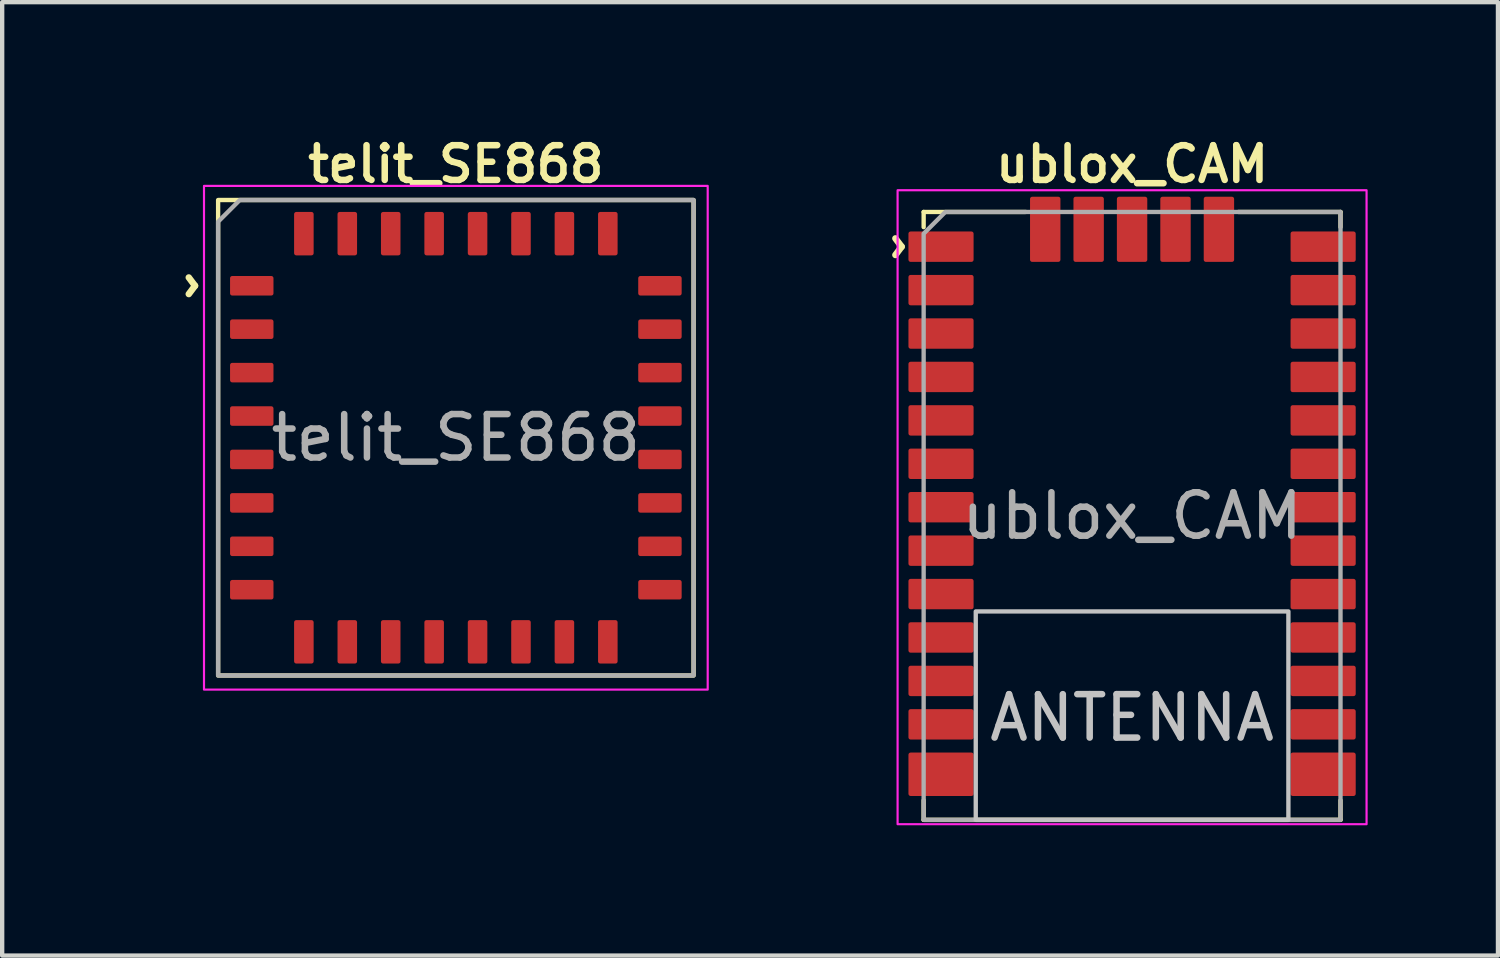
<source format=kicad_pcb>
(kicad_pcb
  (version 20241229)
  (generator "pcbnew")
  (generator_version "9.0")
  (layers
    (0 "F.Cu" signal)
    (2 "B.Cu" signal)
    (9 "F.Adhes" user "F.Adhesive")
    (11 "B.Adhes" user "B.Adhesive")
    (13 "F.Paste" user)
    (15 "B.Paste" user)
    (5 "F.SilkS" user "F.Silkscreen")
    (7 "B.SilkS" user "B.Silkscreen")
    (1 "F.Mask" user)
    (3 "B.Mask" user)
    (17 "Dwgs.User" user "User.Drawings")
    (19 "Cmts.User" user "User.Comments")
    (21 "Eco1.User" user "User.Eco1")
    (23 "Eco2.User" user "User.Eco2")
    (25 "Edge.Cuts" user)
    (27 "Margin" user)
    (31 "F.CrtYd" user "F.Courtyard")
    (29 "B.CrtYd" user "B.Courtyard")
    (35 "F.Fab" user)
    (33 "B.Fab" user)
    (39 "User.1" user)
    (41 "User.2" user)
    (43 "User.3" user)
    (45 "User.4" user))
  (footprint "telit_SE868"
    (layer "F.Cu")
    (at 7.448 7.031)
    (property "Reference" "telit_SE868" (at 0 -6.3 0) (layer "F.SilkS") (effects (font (size 0.8 0.8) (thickness 0.15))))
    (attr smd)
    (fp_rect (start -5.475 -5.475) (end 5.475 5.475) (stroke (width 0.1) (type default)) (fill no) (layer "F.SilkS"))
    (fp_rect (start -5.8 -5.8) (end 5.8 5.8) (stroke (width 0.05) (type default)) (fill no) (layer "F.CrtYd"))
    (fp_poly (pts (xy 5.475 -5.475) (xy 5.475 5.475) (xy -5.475 5.475) (xy -5.475 -4.975) (xy -4.975 -5.475)) (stroke (width 0.1) (type solid)) (fill no) (layer "F.Fab"))
    (fp_text user "^" (at -6.6 -3.5 270) (unlocked yes) (layer "F.SilkS") (effects (font (size 1 1) (thickness 0.15))))
    (fp_text user "${REFERENCE}" (at 0 0 0) (layer "F.Fab") (effects (font (size 1 1) (thickness 0.15))))
    (pad "1" smd roundrect (at -4.7 -3.5 90) (size 0.45 1) (layers "F.Cu" "F.Mask" "F.Paste") (roundrect_rratio 0.111))
    (pad "2" smd roundrect (at -4.7 -2.5 90) (size 0.45 1) (layers "F.Cu" "F.Mask" "F.Paste") (roundrect_rratio 0.111))
    (pad "3" smd roundrect (at -4.7 -1.5 90) (size 0.45 1) (layers "F.Cu" "F.Mask" "F.Paste") (roundrect_rratio 0.111))
    (pad "4" smd roundrect (at -4.7 -0.5 90) (size 0.45 1) (layers "F.Cu" "F.Mask" "F.Paste") (roundrect_rratio 0.111))
    (pad "5" smd roundrect (at -4.7 0.5 90) (size 0.45 1) (layers "F.Cu" "F.Mask" "F.Paste") (roundrect_rratio 0.111))
    (pad "6" smd roundrect (at -4.7 1.5 90) (size 0.45 1) (layers "F.Cu" "F.Mask" "F.Paste") (roundrect_rratio 0.111))
    (pad "7" smd roundrect (at -4.7 2.5 90) (size 0.45 1) (layers "F.Cu" "F.Mask" "F.Paste") (roundrect_rratio 0.111))
    (pad "8" smd roundrect (at -4.7 3.5 90) (size 0.45 1) (layers "F.Cu" "F.Mask" "F.Paste") (roundrect_rratio 0.111))
    (pad "9" smd roundrect (at -3.5 4.7) (size 0.45 1) (layers "F.Cu" "F.Mask" "F.Paste") (roundrect_rratio 0.111))
    (pad "10" smd roundrect (at -2.5 4.7) (size 0.45 1) (layers "F.Cu" "F.Mask" "F.Paste") (roundrect_rratio 0.111))
    (pad "11" smd roundrect (at -1.5 4.7) (size 0.45 1) (layers "F.Cu" "F.Mask" "F.Paste") (roundrect_rratio 0.111))
    (pad "12" smd roundrect (at -0.5 4.7) (size 0.45 1) (layers "F.Cu" "F.Mask" "F.Paste") (roundrect_rratio 0.111))
    (pad "13" smd roundrect (at 0.5 4.7) (size 0.45 1) (layers "F.Cu" "F.Mask" "F.Paste") (roundrect_rratio 0.111))
    (pad "14" smd roundrect (at 1.5 4.7) (size 0.45 1) (layers "F.Cu" "F.Mask" "F.Paste") (roundrect_rratio 0.111))
    (pad "15" smd roundrect (at 2.5 4.7) (size 0.45 1) (layers "F.Cu" "F.Mask" "F.Paste") (roundrect_rratio 0.111))
    (pad "16" smd roundrect (at 3.5 4.7) (size 0.45 1) (layers "F.Cu" "F.Mask" "F.Paste") (roundrect_rratio 0.111))
    (pad "17" smd roundrect (at 4.7 3.5 90) (size 0.45 1) (layers "F.Cu" "F.Mask" "F.Paste") (roundrect_rratio 0.111))
    (pad "18" smd roundrect (at 4.7 2.5 90) (size 0.45 1) (layers "F.Cu" "F.Mask" "F.Paste") (roundrect_rratio 0.111))
    (pad "19" smd roundrect (at 4.7 1.5 90) (size 0.45 1) (layers "F.Cu" "F.Mask" "F.Paste") (roundrect_rratio 0.111))
    (pad "20" smd roundrect (at 4.7 0.5 90) (size 0.45 1) (layers "F.Cu" "F.Mask" "F.Paste") (roundrect_rratio 0.111))
    (pad "21" smd roundrect (at 4.7 -0.5 90) (size 0.45 1) (layers "F.Cu" "F.Mask" "F.Paste") (roundrect_rratio 0.111))
    (pad "22" smd roundrect (at 4.7 -1.5 90) (size 0.45 1) (layers "F.Cu" "F.Mask" "F.Paste") (roundrect_rratio 0.111))
    (pad "23" smd roundrect (at 4.7 -2.5 90) (size 0.45 1) (layers "F.Cu" "F.Mask" "F.Paste") (roundrect_rratio 0.111))
    (pad "24" smd roundrect (at 4.7 -3.5 90) (size 0.45 1) (layers "F.Cu" "F.Mask" "F.Paste") (roundrect_rratio 0.111))
    (pad "25" smd roundrect (at 3.5 -4.7) (size 0.45 1) (layers "F.Cu" "F.Mask" "F.Paste") (roundrect_rratio 0.111))
    (pad "26" smd roundrect (at 2.5 -4.7) (size 0.45 1) (layers "F.Cu" "F.Mask" "F.Paste") (roundrect_rratio 0.111))
    (pad "27" smd roundrect (at 1.5 -4.7) (size 0.45 1) (layers "F.Cu" "F.Mask" "F.Paste") (roundrect_rratio 0.111))
    (pad "28" smd roundrect (at 0.5 -4.7) (size 0.45 1) (layers "F.Cu" "F.Mask" "F.Paste") (roundrect_rratio 0.111))
    (pad "29" smd roundrect (at -0.5 -4.7) (size 0.45 1) (layers "F.Cu" "F.Mask" "F.Paste") (roundrect_rratio 0.111))
    (pad "30" smd roundrect (at -1.5 -4.7) (size 0.45 1) (layers "F.Cu" "F.Mask" "F.Paste") (roundrect_rratio 0.111))
    (pad "31" smd roundrect (at -2.5 -4.7) (size 0.45 1) (layers "F.Cu" "F.Mask" "F.Paste") (roundrect_rratio 0.111))
    (pad "32" smd roundrect (at -3.5 -4.7) (size 0.45 1) (layers "F.Cu" "F.Mask" "F.Paste") (roundrect_rratio 0.111)))
  (footprint "ublox_CAM"
    (layer "F.Cu")
    (at 23.021 8.431)
    (property "Reference" "ublox_CAM" (at 0 -7.7 180) (layer "F.SilkS") (effects (font (size 0.8 0.8) (thickness 0.15))))
    (attr smd)
    (fp_line (start -4.8 -6.6) (end -4.8 -6.25) (stroke (width 0.1) (type solid)) (layer "F.SilkS"))
    (fp_line (start -4.8 -6.6) (end -2.45 -6.6) (stroke (width 0.1) (type solid)) (layer "F.SilkS"))
    (fp_line (start -4.8 7.4) (end -4.8 6.95) (stroke (width 0.1) (type solid)) (layer "F.SilkS"))
    (fp_line (start 4.8 -6.6) (end 2.45 -6.6) (stroke (width 0.1) (type solid)) (layer "F.SilkS"))
    (fp_line (start 4.8 -6.6) (end 4.8 -6.25) (stroke (width 0.1) (type solid)) (layer "F.SilkS"))
    (fp_line (start 4.8 7.4) (end -4.8 7.4) (stroke (width 0.1) (type solid)) (layer "F.SilkS"))
    (fp_line (start 4.8 7.4) (end 4.8 6.95) (stroke (width 0.1) (type solid)) (layer "F.SilkS"))
    (fp_rect (start -3.6 2.6) (end 3.6 7.4) (stroke (width 0.1) (type solid)) (fill no) (layer "Dwgs.User"))
    (fp_poly (pts (xy 5.4 7.5) (xy -5.4 7.5) (xy -5.4 -7.1) (xy 5.4 -7.1)) (stroke (width 0.05) (type solid)) (fill no) (layer "F.CrtYd"))
    (fp_poly (pts (xy -4.3 -6.6) (xy -4.8 -6.1) (xy -4.8 7.4) (xy 4.8 7.4) (xy 4.8 -6.6)) (stroke (width 0.1) (type solid)) (fill no) (layer "F.Fab"))
    (fp_text user "^" (at -5.9 -5.8 270) (unlocked yes) (layer "F.SilkS") (effects (font (size 1 1) (thickness 0.15))))
    (fp_text user "ANTENNA" (at 0 5.05 0) (unlocked yes) (layer "Dwgs.User") (effects (font (size 1 1) (thickness 0.15))))
    (fp_text user "${REFERENCE}" (at 0 0.4 180) (layer "F.Fab") (effects (font (size 1 1) (thickness 0.15))))
    (pad "1" smd roundrect (at -4.4 -5.8 270) (size 0.7 1.5) (layers "F.Cu" "F.Mask" "F.Paste") (roundrect_rratio 0.071))
    (pad "2" smd roundrect (at -4.4 -4.8 270) (size 0.7 1.5) (layers "F.Cu" "F.Mask" "F.Paste") (roundrect_rratio 0.071))
    (pad "3" smd roundrect (at -4.4 -3.8 270) (size 0.7 1.5) (layers "F.Cu" "F.Mask" "F.Paste") (roundrect_rratio 0.071))
    (pad "4" smd roundrect (at -4.4 -2.8 270) (size 0.7 1.5) (layers "F.Cu" "F.Mask" "F.Paste") (roundrect_rratio 0.071))
    (pad "5" smd roundrect (at -4.4 -1.8 270) (size 0.7 1.5) (layers "F.Cu" "F.Mask" "F.Paste") (roundrect_rratio 0.071))
    (pad "6" smd roundrect (at -4.4 -0.8 270) (size 0.7 1.5) (layers "F.Cu" "F.Mask" "F.Paste") (roundrect_rratio 0.071))
    (pad "7" smd roundrect (at -4.4 0.2 270) (size 0.7 1.5) (layers "F.Cu" "F.Mask" "F.Paste") (roundrect_rratio 0.071))
    (pad "8" smd roundrect (at -4.4 1.2 270) (size 0.7 1.5) (layers "F.Cu" "F.Mask" "F.Paste") (roundrect_rratio 0.071))
    (pad "9" smd roundrect (at -4.4 2.2 270) (size 0.7 1.5) (layers "F.Cu" "F.Mask" "F.Paste") (roundrect_rratio 0.071))
    (pad "10" smd roundrect (at -4.4 3.2 270) (size 0.7 1.5) (layers "F.Cu" "F.Mask" "F.Paste") (roundrect_rratio 0.071))
    (pad "11" smd roundrect (at -4.4 4.2 270) (size 0.7 1.5) (layers "F.Cu" "F.Mask" "F.Paste") (roundrect_rratio 0.071))
    (pad "12" smd roundrect (at -4.4 5.2 270) (size 0.7 1.5) (layers "F.Cu" "F.Mask" "F.Paste") (roundrect_rratio 0.071))
    (pad "13" smd roundrect (at -4.4 6.35 270) (size 1 1.5) (layers "F.Cu" "F.Mask" "F.Paste") (roundrect_rratio 0.05))
    (pad "14" smd roundrect (at 4.4 6.35 270) (size 1 1.5) (layers "F.Cu" "F.Mask" "F.Paste") (roundrect_rratio 0.05))
    (pad "15" smd roundrect (at 4.4 5.2 270) (size 0.7 1.5) (layers "F.Cu" "F.Mask" "F.Paste") (roundrect_rratio 0.071))
    (pad "16" smd roundrect (at 4.4 4.2 270) (size 0.7 1.5) (layers "F.Cu" "F.Mask" "F.Paste") (roundrect_rratio 0.071))
    (pad "17" smd roundrect (at 4.4 3.2 270) (size 0.7 1.5) (layers "F.Cu" "F.Mask" "F.Paste") (roundrect_rratio 0.071))
    (pad "18" smd roundrect (at 4.4 2.2 270) (size 0.7 1.5) (layers "F.Cu" "F.Mask" "F.Paste") (roundrect_rratio 0.071))
    (pad "19" smd roundrect (at 4.4 1.2 270) (size 0.7 1.5) (layers "F.Cu" "F.Mask" "F.Paste") (roundrect_rratio 0.071))
    (pad "20" smd roundrect (at 4.4 0.2 270) (size 0.7 1.5) (layers "F.Cu" "F.Mask" "F.Paste") (roundrect_rratio 0.071))
    (pad "21" smd roundrect (at 4.4 -0.8 270) (size 0.7 1.5) (layers "F.Cu" "F.Mask" "F.Paste") (roundrect_rratio 0.071))
    (pad "22" smd roundrect (at 4.4 -1.8 270) (size 0.7 1.5) (layers "F.Cu" "F.Mask" "F.Paste") (roundrect_rratio 0.071))
    (pad "23" smd roundrect (at 4.4 -2.8 270) (size 0.7 1.5) (layers "F.Cu" "F.Mask" "F.Paste") (roundrect_rratio 0.071))
    (pad "24" smd roundrect (at 4.4 -3.8 270) (size 0.7 1.5) (layers "F.Cu" "F.Mask" "F.Paste") (roundrect_rratio 0.071))
    (pad "25" smd roundrect (at 4.4 -4.8 270) (size 0.7 1.5) (layers "F.Cu" "F.Mask" "F.Paste") (roundrect_rratio 0.071))
    (pad "26" smd roundrect (at 4.4 -5.8 270) (size 0.7 1.5) (layers "F.Cu" "F.Mask" "F.Paste") (roundrect_rratio 0.071))
    (pad "27" smd roundrect (at 2 -6.2 180) (size 0.7 1.5) (layers "F.Cu" "F.Mask" "F.Paste") (roundrect_rratio 0.071))
    (pad "28" smd roundrect (at 1 -6.2 180) (size 0.7 1.5) (layers "F.Cu" "F.Mask" "F.Paste") (roundrect_rratio 0.071))
    (pad "29" smd roundrect (at 0 -6.2 180) (size 0.7 1.5) (layers "F.Cu" "F.Mask" "F.Paste") (roundrect_rratio 0.071))
    (pad "30" smd roundrect (at -1 -6.2 180) (size 0.7 1.5) (layers "F.Cu" "F.Mask" "F.Paste") (roundrect_rratio 0.071))
    (pad "31" smd roundrect (at -2 -6.2 180) (size 0.7 1.5) (layers "F.Cu" "F.Mask" "F.Paste") (roundrect_rratio 0.071)))
  (gr_rect
    (start -3 -3)
    (end 31.447 18.956)
    (stroke (width 0.1) (type default))
    (fill no)
    (layer "Edge.Cuts")))
</source>
